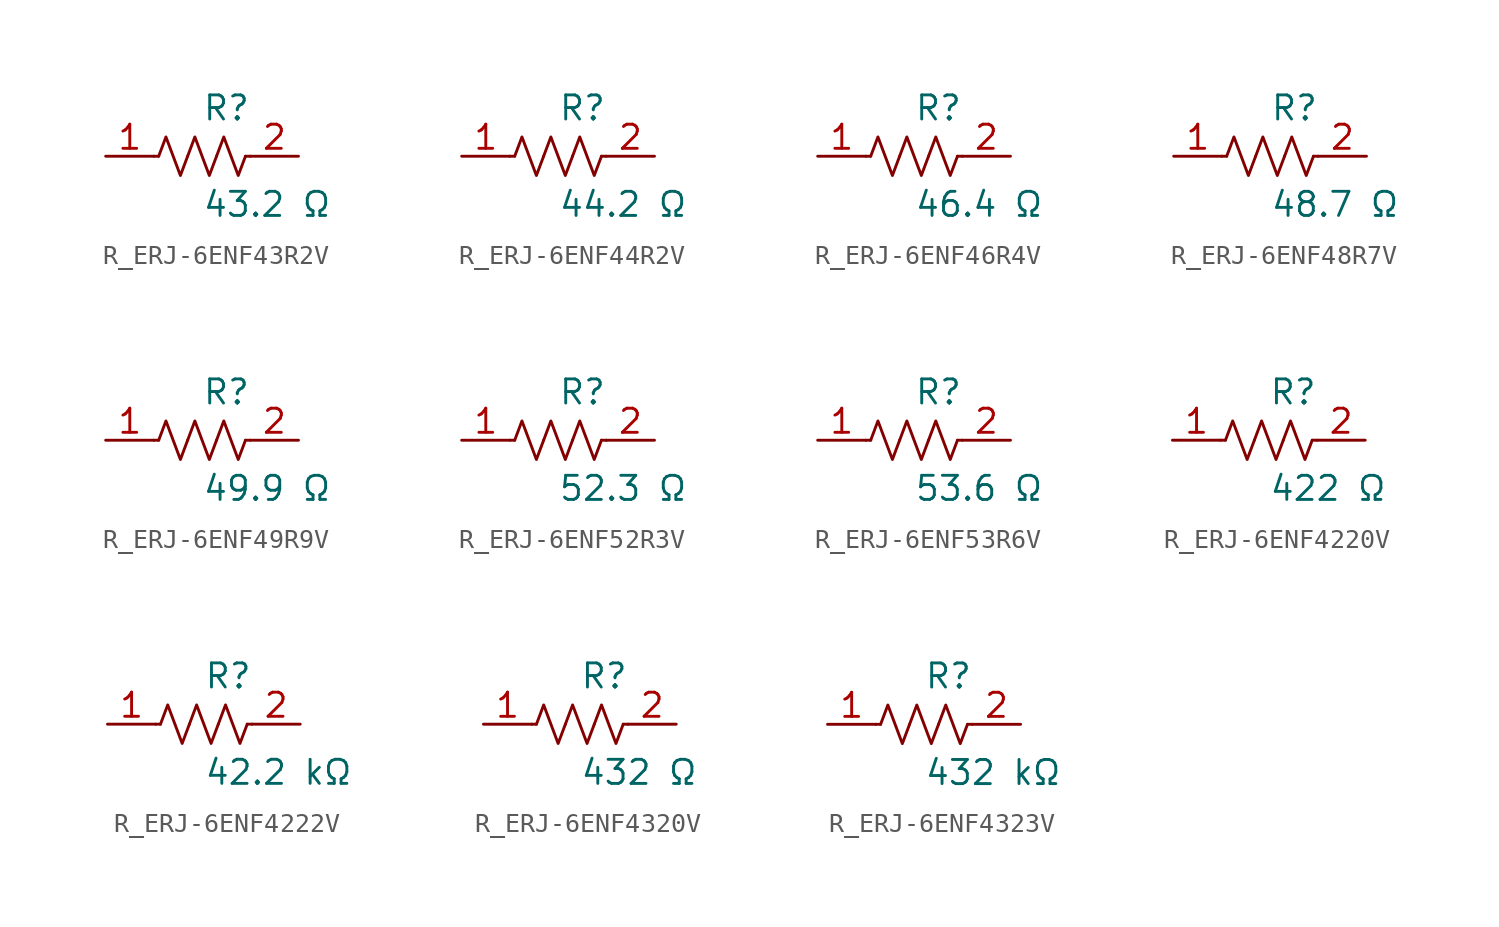
<source format=kicad_sym>
(kicad_symbol_lib
  (version 20231120)
  (generator kicad_symbol_editor)
  (generator_version 8.0)
  (symbol "R_ERJ-6ENF43R2V"
    (pin_names
      (offset 0.254))
    (property "Reference" "R"
      (at 0.0 2.54 0)
      (effects (font (size 1.27 1.27)) (justify left)))
    (property "Value" "43.2 Ω"
      (at 0.0 -2.54 0)
      (effects (font (size 1.27 1.27)) (justify left)))
    (symbol "R_ERJ-6ENF43R2V_0_1"
      (polyline (pts (xy 2.286 0) (xy 2.54 0)) (stroke (width 0) (type default)) (fill (type none)))
      (polyline (pts (xy -2.286 0) (xy -2.54 0)) (stroke (width 0) (type default)) (fill (type none)))
      (polyline (pts (xy 0.762 0) (xy 1.143 1.016) (xy 1.524 0) (xy 1.905 -1.016) (xy 2.286 0)) (stroke (width 0) (type default)) (fill (type none)))
      (polyline (pts (xy -0.762 0) (xy -0.381 1.016) (xy 0 0) (xy 0.381 -1.016) (xy 0.762 0)) (stroke (width 0) (type default)) (fill (type none)))
      (polyline (pts (xy -2.286 0) (xy -1.905 1.016) (xy -1.524 0) (xy -1.143 -1.016) (xy -0.762 0)) (stroke (width 0) (type default)) (fill (type none))))
    (pin unspecified line
      (at -5.08 0 0)
      (length 2.54)
      (name "" (effects (font (size 1.27 1.27))))
      (number "1" (effects (font (size 1.27 1.27)))))
    (pin unspecified line
      (at 5.08 0 180)
      (length 2.54)
      (name "" (effects (font (size 1.27 1.27))))
      (number "2" (effects (font (size 1.27 1.27))))))
  (symbol "R_ERJ-6ENF44R2V"
    (pin_names
      (offset 0.254))
    (property "Reference" "R"
      (at 0.0 2.54 0)
      (effects (font (size 1.27 1.27)) (justify left)))
    (property "Value" "44.2 Ω"
      (at 0.0 -2.54 0)
      (effects (font (size 1.27 1.27)) (justify left)))
    (symbol "R_ERJ-6ENF44R2V_0_1"
      (polyline (pts (xy 2.286 0) (xy 2.54 0)) (stroke (width 0) (type default)) (fill (type none)))
      (polyline (pts (xy -2.286 0) (xy -2.54 0)) (stroke (width 0) (type default)) (fill (type none)))
      (polyline (pts (xy 0.762 0) (xy 1.143 1.016) (xy 1.524 0) (xy 1.905 -1.016) (xy 2.286 0)) (stroke (width 0) (type default)) (fill (type none)))
      (polyline (pts (xy -0.762 0) (xy -0.381 1.016) (xy 0 0) (xy 0.381 -1.016) (xy 0.762 0)) (stroke (width 0) (type default)) (fill (type none)))
      (polyline (pts (xy -2.286 0) (xy -1.905 1.016) (xy -1.524 0) (xy -1.143 -1.016) (xy -0.762 0)) (stroke (width 0) (type default)) (fill (type none))))
    (pin unspecified line
      (at -5.08 0 0)
      (length 2.54)
      (name "" (effects (font (size 1.27 1.27))))
      (number "1" (effects (font (size 1.27 1.27)))))
    (pin unspecified line
      (at 5.08 0 180)
      (length 2.54)
      (name "" (effects (font (size 1.27 1.27))))
      (number "2" (effects (font (size 1.27 1.27))))))
  (symbol "R_ERJ-6ENF46R4V"
    (pin_names
      (offset 0.254))
    (property "Reference" "R"
      (at 0.0 2.54 0)
      (effects (font (size 1.27 1.27)) (justify left)))
    (property "Value" "46.4 Ω"
      (at 0.0 -2.54 0)
      (effects (font (size 1.27 1.27)) (justify left)))
    (symbol "R_ERJ-6ENF46R4V_0_1"
      (polyline (pts (xy 2.286 0) (xy 2.54 0)) (stroke (width 0) (type default)) (fill (type none)))
      (polyline (pts (xy -2.286 0) (xy -2.54 0)) (stroke (width 0) (type default)) (fill (type none)))
      (polyline (pts (xy 0.762 0) (xy 1.143 1.016) (xy 1.524 0) (xy 1.905 -1.016) (xy 2.286 0)) (stroke (width 0) (type default)) (fill (type none)))
      (polyline (pts (xy -0.762 0) (xy -0.381 1.016) (xy 0 0) (xy 0.381 -1.016) (xy 0.762 0)) (stroke (width 0) (type default)) (fill (type none)))
      (polyline (pts (xy -2.286 0) (xy -1.905 1.016) (xy -1.524 0) (xy -1.143 -1.016) (xy -0.762 0)) (stroke (width 0) (type default)) (fill (type none))))
    (pin unspecified line
      (at -5.08 0 0)
      (length 2.54)
      (name "" (effects (font (size 1.27 1.27))))
      (number "1" (effects (font (size 1.27 1.27)))))
    (pin unspecified line
      (at 5.08 0 180)
      (length 2.54)
      (name "" (effects (font (size 1.27 1.27))))
      (number "2" (effects (font (size 1.27 1.27))))))
  (symbol "R_ERJ-6ENF48R7V"
    (pin_names
      (offset 0.254))
    (property "Reference" "R"
      (at 0.0 2.54 0)
      (effects (font (size 1.27 1.27)) (justify left)))
    (property "Value" "48.7 Ω"
      (at 0.0 -2.54 0)
      (effects (font (size 1.27 1.27)) (justify left)))
    (symbol "R_ERJ-6ENF48R7V_0_1"
      (polyline (pts (xy 2.286 0) (xy 2.54 0)) (stroke (width 0) (type default)) (fill (type none)))
      (polyline (pts (xy -2.286 0) (xy -2.54 0)) (stroke (width 0) (type default)) (fill (type none)))
      (polyline (pts (xy 0.762 0) (xy 1.143 1.016) (xy 1.524 0) (xy 1.905 -1.016) (xy 2.286 0)) (stroke (width 0) (type default)) (fill (type none)))
      (polyline (pts (xy -0.762 0) (xy -0.381 1.016) (xy 0 0) (xy 0.381 -1.016) (xy 0.762 0)) (stroke (width 0) (type default)) (fill (type none)))
      (polyline (pts (xy -2.286 0) (xy -1.905 1.016) (xy -1.524 0) (xy -1.143 -1.016) (xy -0.762 0)) (stroke (width 0) (type default)) (fill (type none))))
    (pin unspecified line
      (at -5.08 0 0)
      (length 2.54)
      (name "" (effects (font (size 1.27 1.27))))
      (number "1" (effects (font (size 1.27 1.27)))))
    (pin unspecified line
      (at 5.08 0 180)
      (length 2.54)
      (name "" (effects (font (size 1.27 1.27))))
      (number "2" (effects (font (size 1.27 1.27))))))
  (symbol "R_ERJ-6ENF49R9V"
    (pin_names
      (offset 0.254))
    (property "Reference" "R"
      (at 0.0 2.54 0)
      (effects (font (size 1.27 1.27)) (justify left)))
    (property "Value" "49.9 Ω"
      (at 0.0 -2.54 0)
      (effects (font (size 1.27 1.27)) (justify left)))
    (symbol "R_ERJ-6ENF49R9V_0_1"
      (polyline (pts (xy 2.286 0) (xy 2.54 0)) (stroke (width 0) (type default)) (fill (type none)))
      (polyline (pts (xy -2.286 0) (xy -2.54 0)) (stroke (width 0) (type default)) (fill (type none)))
      (polyline (pts (xy 0.762 0) (xy 1.143 1.016) (xy 1.524 0) (xy 1.905 -1.016) (xy 2.286 0)) (stroke (width 0) (type default)) (fill (type none)))
      (polyline (pts (xy -0.762 0) (xy -0.381 1.016) (xy 0 0) (xy 0.381 -1.016) (xy 0.762 0)) (stroke (width 0) (type default)) (fill (type none)))
      (polyline (pts (xy -2.286 0) (xy -1.905 1.016) (xy -1.524 0) (xy -1.143 -1.016) (xy -0.762 0)) (stroke (width 0) (type default)) (fill (type none))))
    (pin unspecified line
      (at -5.08 0 0)
      (length 2.54)
      (name "" (effects (font (size 1.27 1.27))))
      (number "1" (effects (font (size 1.27 1.27)))))
    (pin unspecified line
      (at 5.08 0 180)
      (length 2.54)
      (name "" (effects (font (size 1.27 1.27))))
      (number "2" (effects (font (size 1.27 1.27))))))
  (symbol "R_ERJ-6ENF52R3V"
    (pin_names
      (offset 0.254))
    (property "Reference" "R"
      (at 0.0 2.54 0)
      (effects (font (size 1.27 1.27)) (justify left)))
    (property "Value" "52.3 Ω"
      (at 0.0 -2.54 0)
      (effects (font (size 1.27 1.27)) (justify left)))
    (symbol "R_ERJ-6ENF52R3V_0_1"
      (polyline (pts (xy 2.286 0) (xy 2.54 0)) (stroke (width 0) (type default)) (fill (type none)))
      (polyline (pts (xy -2.286 0) (xy -2.54 0)) (stroke (width 0) (type default)) (fill (type none)))
      (polyline (pts (xy 0.762 0) (xy 1.143 1.016) (xy 1.524 0) (xy 1.905 -1.016) (xy 2.286 0)) (stroke (width 0) (type default)) (fill (type none)))
      (polyline (pts (xy -0.762 0) (xy -0.381 1.016) (xy 0 0) (xy 0.381 -1.016) (xy 0.762 0)) (stroke (width 0) (type default)) (fill (type none)))
      (polyline (pts (xy -2.286 0) (xy -1.905 1.016) (xy -1.524 0) (xy -1.143 -1.016) (xy -0.762 0)) (stroke (width 0) (type default)) (fill (type none))))
    (pin unspecified line
      (at -5.08 0 0)
      (length 2.54)
      (name "" (effects (font (size 1.27 1.27))))
      (number "1" (effects (font (size 1.27 1.27)))))
    (pin unspecified line
      (at 5.08 0 180)
      (length 2.54)
      (name "" (effects (font (size 1.27 1.27))))
      (number "2" (effects (font (size 1.27 1.27))))))
  (symbol "R_ERJ-6ENF53R6V"
    (pin_names
      (offset 0.254))
    (property "Reference" "R"
      (at 0.0 2.54 0)
      (effects (font (size 1.27 1.27)) (justify left)))
    (property "Value" "53.6 Ω"
      (at 0.0 -2.54 0)
      (effects (font (size 1.27 1.27)) (justify left)))
    (symbol "R_ERJ-6ENF53R6V_0_1"
      (polyline (pts (xy 2.286 0) (xy 2.54 0)) (stroke (width 0) (type default)) (fill (type none)))
      (polyline (pts (xy -2.286 0) (xy -2.54 0)) (stroke (width 0) (type default)) (fill (type none)))
      (polyline (pts (xy 0.762 0) (xy 1.143 1.016) (xy 1.524 0) (xy 1.905 -1.016) (xy 2.286 0)) (stroke (width 0) (type default)) (fill (type none)))
      (polyline (pts (xy -0.762 0) (xy -0.381 1.016) (xy 0 0) (xy 0.381 -1.016) (xy 0.762 0)) (stroke (width 0) (type default)) (fill (type none)))
      (polyline (pts (xy -2.286 0) (xy -1.905 1.016) (xy -1.524 0) (xy -1.143 -1.016) (xy -0.762 0)) (stroke (width 0) (type default)) (fill (type none))))
    (pin unspecified line
      (at -5.08 0 0)
      (length 2.54)
      (name "" (effects (font (size 1.27 1.27))))
      (number "1" (effects (font (size 1.27 1.27)))))
    (pin unspecified line
      (at 5.08 0 180)
      (length 2.54)
      (name "" (effects (font (size 1.27 1.27))))
      (number "2" (effects (font (size 1.27 1.27))))))
  (symbol "R_ERJ-6ENF4220V"
    (pin_names
      (offset 0.254))
    (property "Reference" "R"
      (at 0.0 2.54 0)
      (effects (font (size 1.27 1.27)) (justify left)))
    (property "Value" "422 Ω"
      (at 0.0 -2.54 0)
      (effects (font (size 1.27 1.27)) (justify left)))
    (symbol "R_ERJ-6ENF4220V_0_1"
      (polyline (pts (xy 2.286 0) (xy 2.54 0)) (stroke (width 0) (type default)) (fill (type none)))
      (polyline (pts (xy -2.286 0) (xy -2.54 0)) (stroke (width 0) (type default)) (fill (type none)))
      (polyline (pts (xy 0.762 0) (xy 1.143 1.016) (xy 1.524 0) (xy 1.905 -1.016) (xy 2.286 0)) (stroke (width 0) (type default)) (fill (type none)))
      (polyline (pts (xy -0.762 0) (xy -0.381 1.016) (xy 0 0) (xy 0.381 -1.016) (xy 0.762 0)) (stroke (width 0) (type default)) (fill (type none)))
      (polyline (pts (xy -2.286 0) (xy -1.905 1.016) (xy -1.524 0) (xy -1.143 -1.016) (xy -0.762 0)) (stroke (width 0) (type default)) (fill (type none))))
    (pin unspecified line
      (at -5.08 0 0)
      (length 2.54)
      (name "" (effects (font (size 1.27 1.27))))
      (number "1" (effects (font (size 1.27 1.27)))))
    (pin unspecified line
      (at 5.08 0 180)
      (length 2.54)
      (name "" (effects (font (size 1.27 1.27))))
      (number "2" (effects (font (size 1.27 1.27))))))
  (symbol "R_ERJ-6ENF4222V"
    (pin_names
      (offset 0.254))
    (property "Reference" "R"
      (at 0.0 2.54 0)
      (effects (font (size 1.27 1.27)) (justify left)))
    (property "Value" "42.2 kΩ"
      (at 0.0 -2.54 0)
      (effects (font (size 1.27 1.27)) (justify left)))
    (symbol "R_ERJ-6ENF4222V_0_1"
      (polyline (pts (xy 2.286 0) (xy 2.54 0)) (stroke (width 0) (type default)) (fill (type none)))
      (polyline (pts (xy -2.286 0) (xy -2.54 0)) (stroke (width 0) (type default)) (fill (type none)))
      (polyline (pts (xy 0.762 0) (xy 1.143 1.016) (xy 1.524 0) (xy 1.905 -1.016) (xy 2.286 0)) (stroke (width 0) (type default)) (fill (type none)))
      (polyline (pts (xy -0.762 0) (xy -0.381 1.016) (xy 0 0) (xy 0.381 -1.016) (xy 0.762 0)) (stroke (width 0) (type default)) (fill (type none)))
      (polyline (pts (xy -2.286 0) (xy -1.905 1.016) (xy -1.524 0) (xy -1.143 -1.016) (xy -0.762 0)) (stroke (width 0) (type default)) (fill (type none))))
    (pin unspecified line
      (at -5.08 0 0)
      (length 2.54)
      (name "" (effects (font (size 1.27 1.27))))
      (number "1" (effects (font (size 1.27 1.27)))))
    (pin unspecified line
      (at 5.08 0 180)
      (length 2.54)
      (name "" (effects (font (size 1.27 1.27))))
      (number "2" (effects (font (size 1.27 1.27))))))
  (symbol "R_ERJ-6ENF4320V"
    (pin_names
      (offset 0.254))
    (property "Reference" "R"
      (at 0.0 2.54 0)
      (effects (font (size 1.27 1.27)) (justify left)))
    (property "Value" "432 Ω"
      (at 0.0 -2.54 0)
      (effects (font (size 1.27 1.27)) (justify left)))
    (symbol "R_ERJ-6ENF4320V_0_1"
      (polyline (pts (xy 2.286 0) (xy 2.54 0)) (stroke (width 0) (type default)) (fill (type none)))
      (polyline (pts (xy -2.286 0) (xy -2.54 0)) (stroke (width 0) (type default)) (fill (type none)))
      (polyline (pts (xy 0.762 0) (xy 1.143 1.016) (xy 1.524 0) (xy 1.905 -1.016) (xy 2.286 0)) (stroke (width 0) (type default)) (fill (type none)))
      (polyline (pts (xy -0.762 0) (xy -0.381 1.016) (xy 0 0) (xy 0.381 -1.016) (xy 0.762 0)) (stroke (width 0) (type default)) (fill (type none)))
      (polyline (pts (xy -2.286 0) (xy -1.905 1.016) (xy -1.524 0) (xy -1.143 -1.016) (xy -0.762 0)) (stroke (width 0) (type default)) (fill (type none))))
    (pin unspecified line
      (at -5.08 0 0)
      (length 2.54)
      (name "" (effects (font (size 1.27 1.27))))
      (number "1" (effects (font (size 1.27 1.27)))))
    (pin unspecified line
      (at 5.08 0 180)
      (length 2.54)
      (name "" (effects (font (size 1.27 1.27))))
      (number "2" (effects (font (size 1.27 1.27))))))
  (symbol "R_ERJ-6ENF4323V"
    (pin_names
      (offset 0.254))
    (property "Reference" "R"
      (at 0.0 2.54 0)
      (effects (font (size 1.27 1.27)) (justify left)))
    (property "Value" "432 kΩ"
      (at 0.0 -2.54 0)
      (effects (font (size 1.27 1.27)) (justify left)))
    (symbol "R_ERJ-6ENF4323V_0_1"
      (polyline (pts (xy 2.286 0) (xy 2.54 0)) (stroke (width 0) (type default)) (fill (type none)))
      (polyline (pts (xy -2.286 0) (xy -2.54 0)) (stroke (width 0) (type default)) (fill (type none)))
      (polyline (pts (xy 0.762 0) (xy 1.143 1.016) (xy 1.524 0) (xy 1.905 -1.016) (xy 2.286 0)) (stroke (width 0) (type default)) (fill (type none)))
      (polyline (pts (xy -0.762 0) (xy -0.381 1.016) (xy 0 0) (xy 0.381 -1.016) (xy 0.762 0)) (stroke (width 0) (type default)) (fill (type none)))
      (polyline (pts (xy -2.286 0) (xy -1.905 1.016) (xy -1.524 0) (xy -1.143 -1.016) (xy -0.762 0)) (stroke (width 0) (type default)) (fill (type none))))
    (pin unspecified line
      (at -5.08 0 0)
      (length 2.54)
      (name "" (effects (font (size 1.27 1.27))))
      (number "1" (effects (font (size 1.27 1.27)))))
    (pin unspecified line
      (at 5.08 0 180)
      (length 2.54)
      (name "" (effects (font (size 1.27 1.27))))
      (number "2" (effects (font (size 1.27 1.27)))))))
</source>
